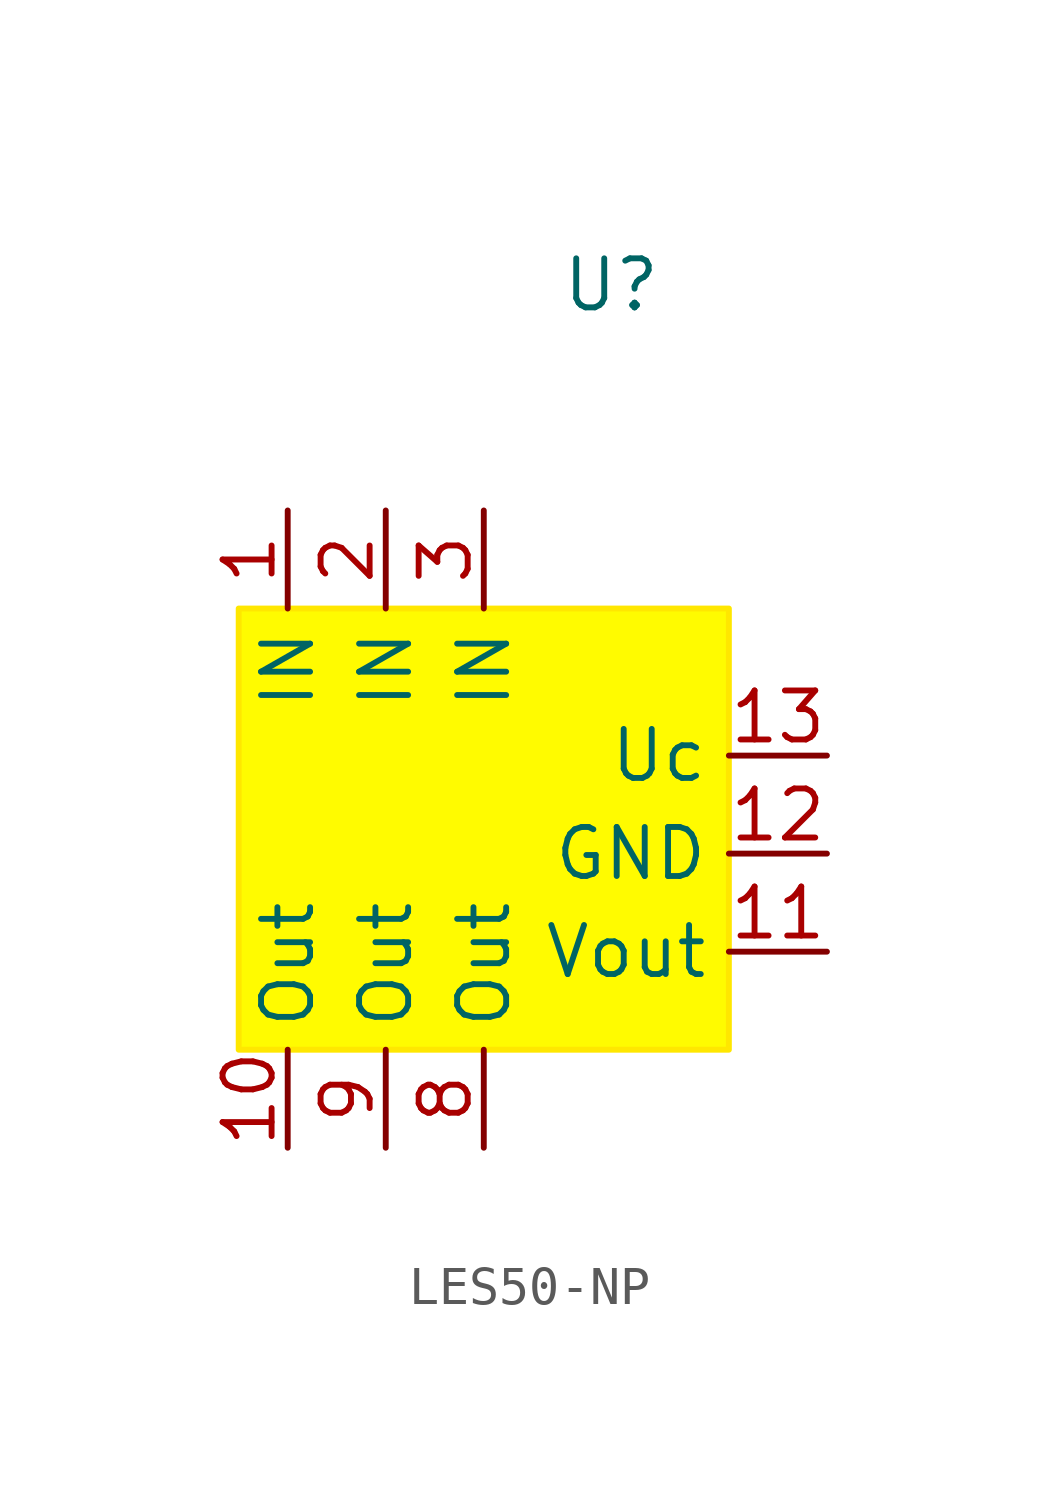
<source format=kicad_sym>
(kicad_symbol_lib
  (version 20241209)
  (generator "kicad_symbol_editor")
  (generator_version "9.0")
  (symbol "LES50-NP"
    (property "Reference" "U"
      (at 4.572 10.922 0)
      (effects (font (size 1.27 1.27))))
    (property "Value" ""
      (at 0 0 0)
      (effects (font (size 1.27 1.27))))
    (symbol "LES50-NP_1_1"
      (rectangle (start -5.08 2.54) (end 7.62 -8.89) (stroke (width 0) (type solid) (color 255 231 0 1)) (fill (type color) (color 255 251 0 1)))
      (pin input line (at -3.81 5.08 270) (length 2.54) (name "IN" (effects (font (size 1.27 1.27)))) (number "1" (effects (font (size 1.27 1.27)))))
      (pin output line (at -3.81 -11.43 90) (length 2.54) (name "Out" (effects (font (size 1.27 1.27)))) (number "10" (effects (font (size 1.27 1.27)))))
      (pin input line (at -1.27 5.08 270) (length 2.54) (name "IN" (effects (font (size 1.27 1.27)))) (number "2" (effects (font (size 1.27 1.27)))))
      (pin output line (at -1.27 -11.43 90) (length 2.54) (name "Out" (effects (font (size 1.27 1.27)))) (number "9" (effects (font (size 1.27 1.27)))))
      (pin input line (at 1.27 5.08 270) (length 2.54) (name "IN" (effects (font (size 1.27 1.27)))) (number "3" (effects (font (size 1.27 1.27)))))
      (pin output line (at 1.27 -11.43 90) (length 2.54) (name "Out" (effects (font (size 1.27 1.27)))) (number "8" (effects (font (size 1.27 1.27)))))
      (pin input line (at 10.16 -1.27 180) (length 2.54) (name "Uc" (effects (font (size 1.27 1.27)))) (number "13" (effects (font (size 1.27 1.27)))))
      (pin bidirectional line (at 10.16 -3.81 180) (length 2.54) (name "GND" (effects (font (size 1.27 1.27)))) (number "12" (effects (font (size 1.27 1.27)))))
      (pin output line (at 10.16 -6.35 180) (length 2.54) (name "Vout" (effects (font (size 1.27 1.27)))) (number "11" (effects (font (size 1.27 1.27))))))))
</source>
